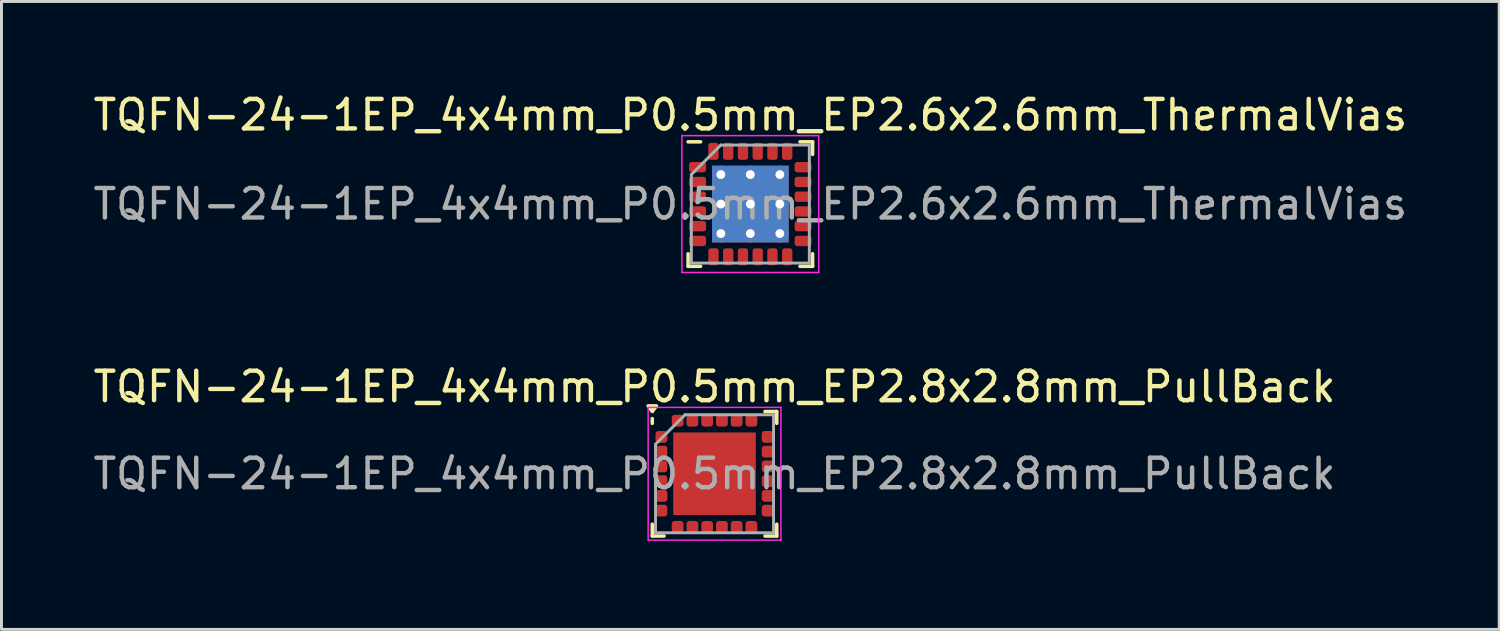
<source format=kicad_pcb>
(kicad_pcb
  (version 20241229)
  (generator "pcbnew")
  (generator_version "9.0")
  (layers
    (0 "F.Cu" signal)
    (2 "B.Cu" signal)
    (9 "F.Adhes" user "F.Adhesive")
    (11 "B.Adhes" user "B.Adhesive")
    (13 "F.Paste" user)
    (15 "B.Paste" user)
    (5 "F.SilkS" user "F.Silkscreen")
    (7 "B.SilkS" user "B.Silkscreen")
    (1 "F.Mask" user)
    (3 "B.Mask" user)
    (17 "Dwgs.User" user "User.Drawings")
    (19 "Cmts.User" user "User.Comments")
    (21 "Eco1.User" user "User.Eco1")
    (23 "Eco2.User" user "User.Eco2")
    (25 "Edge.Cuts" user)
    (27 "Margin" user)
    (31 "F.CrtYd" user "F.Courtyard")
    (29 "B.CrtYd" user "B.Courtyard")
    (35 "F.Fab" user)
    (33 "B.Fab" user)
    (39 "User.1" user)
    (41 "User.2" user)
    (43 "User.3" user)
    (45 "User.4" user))
  (footprint "TQFN-24-1EP_4x4mm_P0.5mm_EP2.8x2.8mm_PullBack"
    (layer "F.Cu")
    (at 21.173 13.011)
    (property "Reference" "TQFN-24-1EP_4x4mm_P0.5mm_EP2.8x2.8mm_PullBack" (at 0 -2.95 0) (layer "F.SilkS") (effects (font (size 1 1) (thickness 0.15))))
    (attr smd)
    (fp_line (start -2.11 -1.71) (end -2.11 -1.87) (stroke (width 0.12) (type solid)) (layer "F.SilkS"))
    (fp_line (start -2.11 2.11) (end -2.11 1.71) (stroke (width 0.12) (type solid)) (layer "F.SilkS"))
    (fp_line (start -1.71 2.11) (end -2.11 2.11) (stroke (width 0.12) (type solid)) (layer "F.SilkS"))
    (fp_line (start 1.71 -2.11) (end 2.11 -2.11) (stroke (width 0.12) (type solid)) (layer "F.SilkS"))
    (fp_line (start 1.71 2.11) (end 2.11 2.11) (stroke (width 0.12) (type solid)) (layer "F.SilkS"))
    (fp_line (start 2.11 -2.11) (end 2.11 -1.71) (stroke (width 0.12) (type solid)) (layer "F.SilkS"))
    (fp_line (start 2.11 2.11) (end 2.11 1.71) (stroke (width 0.12) (type solid)) (layer "F.SilkS"))
    (fp_poly (pts (xy -2.11 -2.11) (xy -2.25 -2.3) (xy -1.97 -2.3) (xy -2.11 -2.11)) (stroke (width 0.12) (type solid)) (fill yes) (layer "F.SilkS"))
    (fp_line (start -2.25 -2.25) (end -2.25 2.25) (stroke (width 0.05) (type solid)) (layer "F.CrtYd"))
    (fp_line (start -2.25 2.25) (end 2.25 2.25) (stroke (width 0.05) (type solid)) (layer "F.CrtYd"))
    (fp_line (start 2.25 -2.25) (end -2.25 -2.25) (stroke (width 0.05) (type solid)) (layer "F.CrtYd"))
    (fp_line (start 2.25 2.25) (end 2.25 -2.25) (stroke (width 0.05) (type solid)) (layer "F.CrtYd"))
    (fp_line (start -2 -1) (end -1 -2) (stroke (width 0.1) (type solid)) (layer "F.Fab"))
    (fp_line (start -2 2) (end -2 -1) (stroke (width 0.1) (type solid)) (layer "F.Fab"))
    (fp_line (start -1 -2) (end 2 -2) (stroke (width 0.1) (type solid)) (layer "F.Fab"))
    (fp_line (start 2 -2) (end 2 2) (stroke (width 0.1) (type solid)) (layer "F.Fab"))
    (fp_line (start 2 2) (end -2 2) (stroke (width 0.1) (type solid)) (layer "F.Fab"))
    (fp_text user "${REFERENCE}" (at 0 0 0) (layer "F.Fab") (effects (font (size 1 1) (thickness 0.15))))
    (pad "" smd roundrect (at -0.7 -0.7) (size 1.13 1.13) (layers "F.Paste") (roundrect_rratio 0.221))
    (pad "" smd roundrect (at -0.7 0.7) (size 1.13 1.13) (layers "F.Paste") (roundrect_rratio 0.221))
    (pad "" smd roundrect (at 0.7 -0.7) (size 1.13 1.13) (layers "F.Paste") (roundrect_rratio 0.221))
    (pad "" smd roundrect (at 0.7 0.7) (size 1.13 1.13) (layers "F.Paste") (roundrect_rratio 0.221))
    (pad "1" smd roundrect (at -1.8 -1.25) (size 0.4 0.4) (layers "F.Cu" "F.Mask" "F.Paste") (roundrect_rratio 0.25))
    (pad "2" smd roundrect (at -1.8 -0.75) (size 0.4 0.4) (layers "F.Cu" "F.Mask" "F.Paste") (roundrect_rratio 0.25))
    (pad "3" smd roundrect (at -1.8 -0.25) (size 0.4 0.4) (layers "F.Cu" "F.Mask" "F.Paste") (roundrect_rratio 0.25))
    (pad "4" smd roundrect (at -1.8 0.25) (size 0.4 0.4) (layers "F.Cu" "F.Mask" "F.Paste") (roundrect_rratio 0.25))
    (pad "5" smd roundrect (at -1.8 0.75) (size 0.4 0.4) (layers "F.Cu" "F.Mask" "F.Paste") (roundrect_rratio 0.25))
    (pad "6" smd roundrect (at -1.8 1.25) (size 0.4 0.4) (layers "F.Cu" "F.Mask" "F.Paste") (roundrect_rratio 0.25))
    (pad "7" smd roundrect (at -1.25 1.8) (size 0.4 0.4) (layers "F.Cu" "F.Mask" "F.Paste") (roundrect_rratio 0.25))
    (pad "8" smd roundrect (at -0.75 1.8) (size 0.4 0.4) (layers "F.Cu" "F.Mask" "F.Paste") (roundrect_rratio 0.25))
    (pad "9" smd roundrect (at -0.25 1.8) (size 0.4 0.4) (layers "F.Cu" "F.Mask" "F.Paste") (roundrect_rratio 0.25))
    (pad "10" smd roundrect (at 0.25 1.8) (size 0.4 0.4) (layers "F.Cu" "F.Mask" "F.Paste") (roundrect_rratio 0.25))
    (pad "11" smd roundrect (at 0.75 1.8) (size 0.4 0.4) (layers "F.Cu" "F.Mask" "F.Paste") (roundrect_rratio 0.25))
    (pad "12" smd roundrect (at 1.25 1.8) (size 0.4 0.4) (layers "F.Cu" "F.Mask" "F.Paste") (roundrect_rratio 0.25))
    (pad "13" smd roundrect (at 1.8 1.25) (size 0.4 0.4) (layers "F.Cu" "F.Mask" "F.Paste") (roundrect_rratio 0.25))
    (pad "14" smd roundrect (at 1.8 0.75) (size 0.4 0.4) (layers "F.Cu" "F.Mask" "F.Paste") (roundrect_rratio 0.25))
    (pad "15" smd roundrect (at 1.8 0.25) (size 0.4 0.4) (layers "F.Cu" "F.Mask" "F.Paste") (roundrect_rratio 0.25))
    (pad "16" smd roundrect (at 1.8 -0.25) (size 0.4 0.4) (layers "F.Cu" "F.Mask" "F.Paste") (roundrect_rratio 0.25))
    (pad "17" smd roundrect (at 1.8 -0.75) (size 0.4 0.4) (layers "F.Cu" "F.Mask" "F.Paste") (roundrect_rratio 0.25))
    (pad "18" smd roundrect (at 1.8 -1.25) (size 0.4 0.4) (layers "F.Cu" "F.Mask" "F.Paste") (roundrect_rratio 0.25))
    (pad "19" smd roundrect (at 1.25 -1.8) (size 0.4 0.4) (layers "F.Cu" "F.Mask" "F.Paste") (roundrect_rratio 0.25))
    (pad "20" smd roundrect (at 0.75 -1.8) (size 0.4 0.4) (layers "F.Cu" "F.Mask" "F.Paste") (roundrect_rratio 0.25))
    (pad "21" smd roundrect (at 0.25 -1.8) (size 0.4 0.4) (layers "F.Cu" "F.Mask" "F.Paste") (roundrect_rratio 0.25))
    (pad "22" smd roundrect (at -0.25 -1.8) (size 0.4 0.4) (layers "F.Cu" "F.Mask" "F.Paste") (roundrect_rratio 0.25))
    (pad "23" smd roundrect (at -0.75 -1.8) (size 0.4 0.4) (layers "F.Cu" "F.Mask" "F.Paste") (roundrect_rratio 0.25))
    (pad "24" smd roundrect (at -1.25 -1.8) (size 0.4 0.4) (layers "F.Cu" "F.Mask" "F.Paste") (roundrect_rratio 0.25))
    (pad "25" smd rect (at 0 0) (size 2.8 2.8) (property pad_prop_heatsink) (layers "F.Cu" "F.Mask")))
  (footprint "TQFN-24-1EP_4x4mm_P0.5mm_EP2.6x2.6mm_ThermalVias"
    (layer "F.Cu")
    (at 22.387 3.868)
    (property "Reference" "TQFN-24-1EP_4x4mm_P0.5mm_EP2.6x2.6mm_ThermalVias" (at 0 -3.02 0) (layer "F.SilkS") (effects (font (size 1 1) (thickness 0.15))))
    (attr smd)
    (fp_line (start -2.11 2.11) (end -2.11 1.685) (stroke (width 0.12) (type solid)) (layer "F.SilkS"))
    (fp_line (start -1.685 -2.11) (end -2.11 -2.11) (stroke (width 0.12) (type solid)) (layer "F.SilkS"))
    (fp_line (start -1.685 2.11) (end -2.11 2.11) (stroke (width 0.12) (type solid)) (layer "F.SilkS"))
    (fp_line (start 1.685 -2.11) (end 2.11 -2.11) (stroke (width 0.12) (type solid)) (layer "F.SilkS"))
    (fp_line (start 1.685 2.11) (end 2.11 2.11) (stroke (width 0.12) (type solid)) (layer "F.SilkS"))
    (fp_line (start 2.11 -2.11) (end 2.11 -1.685) (stroke (width 0.12) (type solid)) (layer "F.SilkS"))
    (fp_line (start 2.11 2.11) (end 2.11 1.685) (stroke (width 0.12) (type solid)) (layer "F.SilkS"))
    (fp_line (start -2.32 -2.32) (end -2.32 2.32) (stroke (width 0.05) (type solid)) (layer "F.CrtYd"))
    (fp_line (start -2.32 2.32) (end 2.32 2.32) (stroke (width 0.05) (type solid)) (layer "F.CrtYd"))
    (fp_line (start 2.32 -2.32) (end -2.32 -2.32) (stroke (width 0.05) (type solid)) (layer "F.CrtYd"))
    (fp_line (start 2.32 2.32) (end 2.32 -2.32) (stroke (width 0.05) (type solid)) (layer "F.CrtYd"))
    (fp_line (start -2 -1) (end -1 -2) (stroke (width 0.1) (type solid)) (layer "F.Fab"))
    (fp_line (start -2 2) (end -2 -1) (stroke (width 0.1) (type solid)) (layer "F.Fab"))
    (fp_line (start -1 -2) (end 2 -2) (stroke (width 0.1) (type solid)) (layer "F.Fab"))
    (fp_line (start 2 -2) (end 2 2) (stroke (width 0.1) (type solid)) (layer "F.Fab"))
    (fp_line (start 2 2) (end -2 2) (stroke (width 0.1) (type solid)) (layer "F.Fab"))
    (fp_text user "${REFERENCE}" (at 0 0 0) (layer "F.Fab") (effects (font (size 1 1) (thickness 0.15))))
    (pad "" smd roundrect (at -0.65 -0.65) (size 1.05 1.05) (layers "F.Paste") (roundrect_rratio 0.238))
    (pad "" smd roundrect (at -0.65 0.65) (size 1.05 1.05) (layers "F.Paste") (roundrect_rratio 0.238))
    (pad "" smd roundrect (at 0.65 -0.65) (size 1.05 1.05) (layers "F.Paste") (roundrect_rratio 0.238))
    (pad "" smd roundrect (at 0.65 0.65) (size 1.05 1.05) (layers "F.Paste") (roundrect_rratio 0.238))
    (pad "1" smd roundrect (at -1.788 -1.25) (size 0.575 0.35) (layers "F.Cu" "F.Mask" "F.Paste") (roundrect_rratio 0.25))
    (pad "2" smd roundrect (at -1.788 -0.75) (size 0.575 0.35) (layers "F.Cu" "F.Mask" "F.Paste") (roundrect_rratio 0.25))
    (pad "3" smd roundrect (at -1.788 -0.25) (size 0.575 0.35) (layers "F.Cu" "F.Mask" "F.Paste") (roundrect_rratio 0.25))
    (pad "4" smd roundrect (at -1.788 0.25) (size 0.575 0.35) (layers "F.Cu" "F.Mask" "F.Paste") (roundrect_rratio 0.25))
    (pad "5" smd roundrect (at -1.788 0.75) (size 0.575 0.35) (layers "F.Cu" "F.Mask" "F.Paste") (roundrect_rratio 0.25))
    (pad "6" smd roundrect (at -1.788 1.25) (size 0.575 0.35) (layers "F.Cu" "F.Mask" "F.Paste") (roundrect_rratio 0.25))
    (pad "7" smd roundrect (at -1.25 1.788) (size 0.35 0.575) (layers "F.Cu" "F.Mask" "F.Paste") (roundrect_rratio 0.25))
    (pad "8" smd roundrect (at -0.75 1.788) (size 0.35 0.575) (layers "F.Cu" "F.Mask" "F.Paste") (roundrect_rratio 0.25))
    (pad "9" smd roundrect (at -0.25 1.788) (size 0.35 0.575) (layers "F.Cu" "F.Mask" "F.Paste") (roundrect_rratio 0.25))
    (pad "10" smd roundrect (at 0.25 1.788) (size 0.35 0.575) (layers "F.Cu" "F.Mask" "F.Paste") (roundrect_rratio 0.25))
    (pad "11" smd roundrect (at 0.75 1.788) (size 0.35 0.575) (layers "F.Cu" "F.Mask" "F.Paste") (roundrect_rratio 0.25))
    (pad "12" smd roundrect (at 1.25 1.788) (size 0.35 0.575) (layers "F.Cu" "F.Mask" "F.Paste") (roundrect_rratio 0.25))
    (pad "13" smd roundrect (at 1.788 1.25) (size 0.575 0.35) (layers "F.Cu" "F.Mask" "F.Paste") (roundrect_rratio 0.25))
    (pad "14" smd roundrect (at 1.788 0.75) (size 0.575 0.35) (layers "F.Cu" "F.Mask" "F.Paste") (roundrect_rratio 0.25))
    (pad "15" smd roundrect (at 1.788 0.25) (size 0.575 0.35) (layers "F.Cu" "F.Mask" "F.Paste") (roundrect_rratio 0.25))
    (pad "16" smd roundrect (at 1.788 -0.25) (size 0.575 0.35) (layers "F.Cu" "F.Mask" "F.Paste") (roundrect_rratio 0.25))
    (pad "17" smd roundrect (at 1.788 -0.75) (size 0.575 0.35) (layers "F.Cu" "F.Mask" "F.Paste") (roundrect_rratio 0.25))
    (pad "18" smd roundrect (at 1.788 -1.25) (size 0.575 0.35) (layers "F.Cu" "F.Mask" "F.Paste") (roundrect_rratio 0.25))
    (pad "19" smd roundrect (at 1.25 -1.788) (size 0.35 0.575) (layers "F.Cu" "F.Mask" "F.Paste") (roundrect_rratio 0.25))
    (pad "20" smd roundrect (at 0.75 -1.788) (size 0.35 0.575) (layers "F.Cu" "F.Mask" "F.Paste") (roundrect_rratio 0.25))
    (pad "21" smd roundrect (at 0.25 -1.788) (size 0.35 0.575) (layers "F.Cu" "F.Mask" "F.Paste") (roundrect_rratio 0.25))
    (pad "22" smd roundrect (at -0.25 -1.788) (size 0.35 0.575) (layers "F.Cu" "F.Mask" "F.Paste") (roundrect_rratio 0.25))
    (pad "23" smd roundrect (at -0.75 -1.788) (size 0.35 0.575) (layers "F.Cu" "F.Mask" "F.Paste") (roundrect_rratio 0.25))
    (pad "24" smd roundrect (at -1.25 -1.788) (size 0.35 0.575) (layers "F.Cu" "F.Mask" "F.Paste") (roundrect_rratio 0.25))
    (pad "25" thru_hole circle (at -1 -1) (size 0.6 0.6) (drill 0.3) (layers "*.Cu"))
    (pad "25" thru_hole circle (at -1 0) (size 0.6 0.6) (drill 0.3) (layers "*.Cu"))
    (pad "25" thru_hole circle (at -1 1) (size 0.6 0.6) (drill 0.3) (layers "*.Cu"))
    (pad "25" thru_hole circle (at 0 -1) (size 0.6 0.6) (drill 0.3) (layers "*.Cu"))
    (pad "25" thru_hole circle (at 0 0) (size 0.6 0.6) (drill 0.3) (layers "*.Cu"))
    (pad "25" smd rect (at 0 0) (size 2.6 2.6) (layers "F.Cu" "F.Mask"))
    (pad "25" smd rect (at 0 0) (size 2.6 2.6) (layers "B.Cu"))
    (pad "25" thru_hole circle (at 0 1) (size 0.6 0.6) (drill 0.3) (layers "*.Cu"))
    (pad "25" thru_hole circle (at 1 -1) (size 0.6 0.6) (drill 0.3) (layers "*.Cu"))
    (pad "25" thru_hole circle (at 1 0) (size 0.6 0.6) (drill 0.3) (layers "*.Cu"))
    (pad "25" thru_hole circle (at 1 1) (size 0.6 0.6) (drill 0.3) (layers "*.Cu")))
  (gr_rect
    (start -3 -3)
    (end 47.774 18.287)
    (stroke (width 0.1) (type default))
    (fill no)
    (layer "Edge.Cuts")))
</source>
